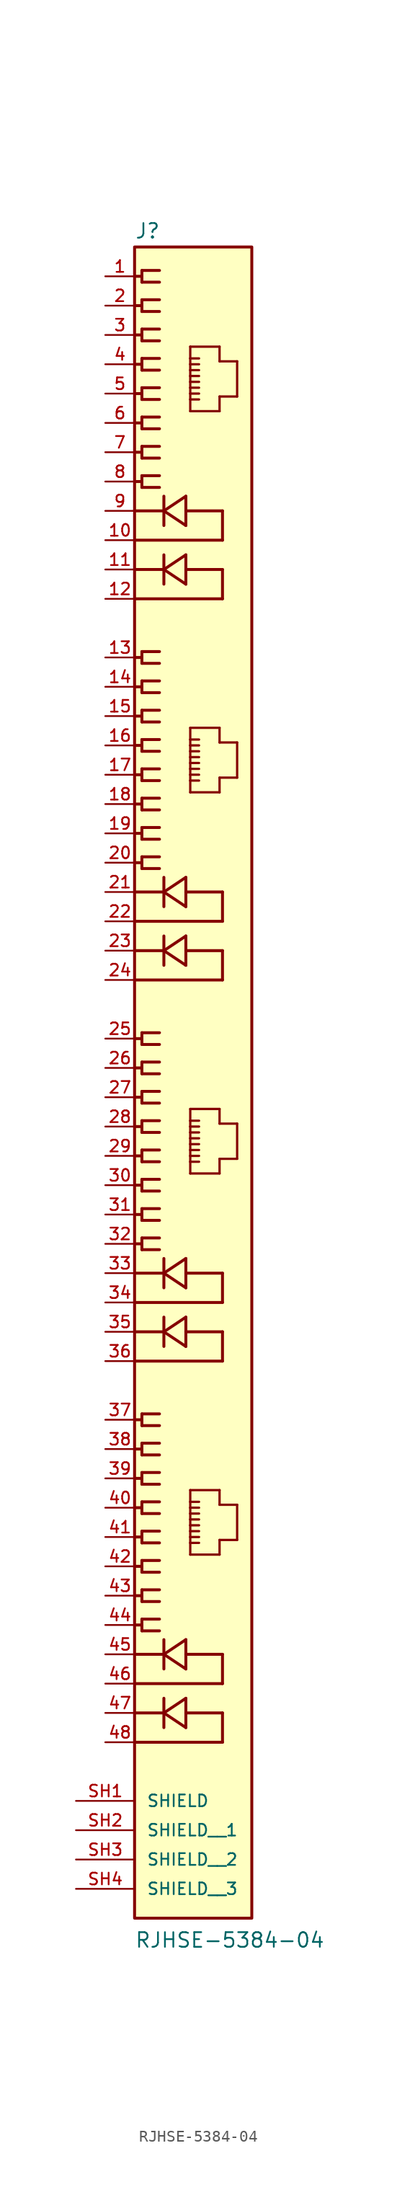
<source format=kicad_sym>
(kicad_symbol_lib
  (version 20241209)
  (generator "kicad_symbol_editor")
  (generator_version "9.0")
  (symbol "RJHSE-5384-04"
    (pin_names
      (offset 1.016))
    (property "Reference" "J"
      (at -5.08 69.222 0)
      (effects (font (size 1.27 1.27)) (justify left bottom)))
    (property "Value" "RJHSE-5384-04"
      (at -5.088 -78.846 0)
      (effects (font (size 1.27 1.27)) (justify left bottom)))
    (symbol "RJHSE-5384-04_0_0"
      (polyline (pts (xy -5.08 66.04) (xy -4.445 66.04)) (stroke (width 0.254) (type default)) (fill (type none)))
      (polyline (pts (xy -5.08 63.5) (xy -4.445 63.5)) (stroke (width 0.254) (type default)) (fill (type none)))
      (polyline (pts (xy -5.08 60.96) (xy -4.445 60.96)) (stroke (width 0.254) (type default)) (fill (type none)))
      (polyline (pts (xy -5.08 58.42) (xy -4.445 58.42)) (stroke (width 0.254) (type default)) (fill (type none)))
      (polyline (pts (xy -5.08 55.88) (xy -4.445 55.88)) (stroke (width 0.254) (type default)) (fill (type none)))
      (polyline (pts (xy -5.08 53.34) (xy -4.445 53.34)) (stroke (width 0.254) (type default)) (fill (type none)))
      (polyline (pts (xy -5.08 50.8) (xy -4.445 50.8)) (stroke (width 0.254) (type default)) (fill (type none)))
      (polyline (pts (xy -5.08 48.26) (xy -4.445 48.26)) (stroke (width 0.254) (type default)) (fill (type none)))
      (polyline (pts (xy -5.08 45.72) (xy -2.54 45.72)) (stroke (width 0.254) (type default)) (fill (type none)))
      (polyline (pts (xy -5.08 40.64) (xy -2.54 40.64)) (stroke (width 0.254) (type default)) (fill (type none)))
      (polyline (pts (xy -5.08 33.02) (xy -4.445 33.02)) (stroke (width 0.254) (type default)) (fill (type none)))
      (polyline (pts (xy -5.08 30.48) (xy -4.445 30.48)) (stroke (width 0.254) (type default)) (fill (type none)))
      (polyline (pts (xy -5.08 27.94) (xy -4.445 27.94)) (stroke (width 0.254) (type default)) (fill (type none)))
      (polyline (pts (xy -5.08 25.4) (xy -4.445 25.4)) (stroke (width 0.254) (type default)) (fill (type none)))
      (polyline (pts (xy -5.08 22.86) (xy -4.445 22.86)) (stroke (width 0.254) (type default)) (fill (type none)))
      (polyline (pts (xy -5.08 20.32) (xy -4.445 20.32)) (stroke (width 0.254) (type default)) (fill (type none)))
      (polyline (pts (xy -5.08 17.78) (xy -4.445 17.78)) (stroke (width 0.254) (type default)) (fill (type none)))
      (polyline (pts (xy -5.08 15.24) (xy -4.445 15.24)) (stroke (width 0.254) (type default)) (fill (type none)))
      (polyline (pts (xy -5.08 12.7) (xy -2.54 12.7)) (stroke (width 0.254) (type default)) (fill (type none)))
      (polyline (pts (xy -5.08 7.62) (xy -2.54 7.62)) (stroke (width 0.254) (type default)) (fill (type none)))
      (polyline (pts (xy -5.08 0) (xy -4.445 0)) (stroke (width 0.254) (type default)) (fill (type none)))
      (polyline (pts (xy -5.08 -2.54) (xy -4.445 -2.54)) (stroke (width 0.254) (type default)) (fill (type none)))
      (polyline (pts (xy -5.08 -5.08) (xy -4.445 -5.08)) (stroke (width 0.254) (type default)) (fill (type none)))
      (polyline (pts (xy -5.08 -7.62) (xy -4.445 -7.62)) (stroke (width 0.254) (type default)) (fill (type none)))
      (polyline (pts (xy -5.08 -10.16) (xy -4.445 -10.16)) (stroke (width 0.254) (type default)) (fill (type none)))
      (polyline (pts (xy -5.08 -12.7) (xy -4.445 -12.7)) (stroke (width 0.254) (type default)) (fill (type none)))
      (polyline (pts (xy -5.08 -15.24) (xy -4.445 -15.24)) (stroke (width 0.254) (type default)) (fill (type none)))
      (polyline (pts (xy -5.08 -17.78) (xy -4.445 -17.78)) (stroke (width 0.254) (type default)) (fill (type none)))
      (polyline (pts (xy -5.08 -20.32) (xy -2.54 -20.32)) (stroke (width 0.254) (type default)) (fill (type none)))
      (polyline (pts (xy -5.08 -25.4) (xy -2.54 -25.4)) (stroke (width 0.254) (type default)) (fill (type none)))
      (polyline (pts (xy -5.08 -33.02) (xy -4.445 -33.02)) (stroke (width 0.254) (type default)) (fill (type none)))
      (polyline (pts (xy -5.08 -35.56) (xy -4.445 -35.56)) (stroke (width 0.254) (type default)) (fill (type none)))
      (polyline (pts (xy -5.08 -38.1) (xy -4.445 -38.1)) (stroke (width 0.254) (type default)) (fill (type none)))
      (polyline (pts (xy -5.08 -40.64) (xy -4.445 -40.64)) (stroke (width 0.254) (type default)) (fill (type none)))
      (polyline (pts (xy -5.08 -43.18) (xy -4.445 -43.18)) (stroke (width 0.254) (type default)) (fill (type none)))
      (polyline (pts (xy -5.08 -45.72) (xy -4.445 -45.72)) (stroke (width 0.254) (type default)) (fill (type none)))
      (polyline (pts (xy -5.08 -48.26) (xy -4.445 -48.26)) (stroke (width 0.254) (type default)) (fill (type none)))
      (polyline (pts (xy -5.08 -50.8) (xy -4.445 -50.8)) (stroke (width 0.254) (type default)) (fill (type none)))
      (polyline (pts (xy -5.08 -53.34) (xy -2.54 -53.34)) (stroke (width 0.254) (type default)) (fill (type none)))
      (polyline (pts (xy -5.08 -58.42) (xy -2.54 -58.42)) (stroke (width 0.254) (type default)) (fill (type none)))
      (rectangle (start -5.08 -76.2) (end 5.08 68.58) (stroke (width 0.254) (type default)) (fill (type background)))
      (polyline (pts (xy -4.445 66.548) (xy -4.445 66.04)) (stroke (width 0.254) (type default)) (fill (type none)))
      (polyline (pts (xy -4.445 66.04) (xy -4.445 65.532)) (stroke (width 0.254) (type default)) (fill (type none)))
      (polyline (pts (xy -4.445 65.532) (xy -2.921 65.532)) (stroke (width 0.254) (type default)) (fill (type none)))
      (polyline (pts (xy -4.445 64.008) (xy -4.445 63.5)) (stroke (width 0.254) (type default)) (fill (type none)))
      (polyline (pts (xy -4.445 63.5) (xy -4.445 62.992)) (stroke (width 0.254) (type default)) (fill (type none)))
      (polyline (pts (xy -4.445 62.992) (xy -2.921 62.992)) (stroke (width 0.254) (type default)) (fill (type none)))
      (polyline (pts (xy -4.445 61.468) (xy -4.445 60.96)) (stroke (width 0.254) (type default)) (fill (type none)))
      (polyline (pts (xy -4.445 60.96) (xy -4.445 60.452)) (stroke (width 0.254) (type default)) (fill (type none)))
      (polyline (pts (xy -4.445 60.452) (xy -2.921 60.452)) (stroke (width 0.254) (type default)) (fill (type none)))
      (polyline (pts (xy -4.445 58.928) (xy -4.445 58.42)) (stroke (width 0.254) (type default)) (fill (type none)))
      (polyline (pts (xy -4.445 58.42) (xy -4.445 57.912)) (stroke (width 0.254) (type default)) (fill (type none)))
      (polyline (pts (xy -4.445 57.912) (xy -2.921 57.912)) (stroke (width 0.254) (type default)) (fill (type none)))
      (polyline (pts (xy -4.445 56.388) (xy -4.445 55.88)) (stroke (width 0.254) (type default)) (fill (type none)))
      (polyline (pts (xy -4.445 55.88) (xy -4.445 55.372)) (stroke (width 0.254) (type default)) (fill (type none)))
      (polyline (pts (xy -4.445 55.372) (xy -2.921 55.372)) (stroke (width 0.254) (type default)) (fill (type none)))
      (polyline (pts (xy -4.445 53.848) (xy -4.445 53.34)) (stroke (width 0.254) (type default)) (fill (type none)))
      (polyline (pts (xy -4.445 53.34) (xy -4.445 52.832)) (stroke (width 0.254) (type default)) (fill (type none)))
      (polyline (pts (xy -4.445 52.832) (xy -2.921 52.832)) (stroke (width 0.254) (type default)) (fill (type none)))
      (polyline (pts (xy -4.445 51.308) (xy -4.445 50.8)) (stroke (width 0.254) (type default)) (fill (type none)))
      (polyline (pts (xy -4.445 50.8) (xy -4.445 50.292)) (stroke (width 0.254) (type default)) (fill (type none)))
      (polyline (pts (xy -4.445 50.292) (xy -2.921 50.292)) (stroke (width 0.254) (type default)) (fill (type none)))
      (polyline (pts (xy -4.445 48.768) (xy -4.445 48.26)) (stroke (width 0.254) (type default)) (fill (type none)))
      (polyline (pts (xy -4.445 48.26) (xy -4.445 47.752)) (stroke (width 0.254) (type default)) (fill (type none)))
      (polyline (pts (xy -4.445 47.752) (xy -2.921 47.752)) (stroke (width 0.254) (type default)) (fill (type none)))
      (polyline (pts (xy -4.445 33.528) (xy -4.445 33.02)) (stroke (width 0.254) (type default)) (fill (type none)))
      (polyline (pts (xy -4.445 33.02) (xy -4.445 32.512)) (stroke (width 0.254) (type default)) (fill (type none)))
      (polyline (pts (xy -4.445 32.512) (xy -2.921 32.512)) (stroke (width 0.254) (type default)) (fill (type none)))
      (polyline (pts (xy -4.445 30.988) (xy -4.445 30.48)) (stroke (width 0.254) (type default)) (fill (type none)))
      (polyline (pts (xy -4.445 30.48) (xy -4.445 29.972)) (stroke (width 0.254) (type default)) (fill (type none)))
      (polyline (pts (xy -4.445 29.972) (xy -2.921 29.972)) (stroke (width 0.254) (type default)) (fill (type none)))
      (polyline (pts (xy -4.445 28.448) (xy -4.445 27.94)) (stroke (width 0.254) (type default)) (fill (type none)))
      (polyline (pts (xy -4.445 27.94) (xy -4.445 27.432)) (stroke (width 0.254) (type default)) (fill (type none)))
      (polyline (pts (xy -4.445 27.432) (xy -2.921 27.432)) (stroke (width 0.254) (type default)) (fill (type none)))
      (polyline (pts (xy -4.445 25.908) (xy -4.445 25.4)) (stroke (width 0.254) (type default)) (fill (type none)))
      (polyline (pts (xy -4.445 25.4) (xy -4.445 24.892)) (stroke (width 0.254) (type default)) (fill (type none)))
      (polyline (pts (xy -4.445 24.892) (xy -2.921 24.892)) (stroke (width 0.254) (type default)) (fill (type none)))
      (polyline (pts (xy -4.445 23.368) (xy -4.445 22.86)) (stroke (width 0.254) (type default)) (fill (type none)))
      (polyline (pts (xy -4.445 22.86) (xy -4.445 22.352)) (stroke (width 0.254) (type default)) (fill (type none)))
      (polyline (pts (xy -4.445 22.352) (xy -2.921 22.352)) (stroke (width 0.254) (type default)) (fill (type none)))
      (polyline (pts (xy -4.445 20.828) (xy -4.445 20.32)) (stroke (width 0.254) (type default)) (fill (type none)))
      (polyline (pts (xy -4.445 20.32) (xy -4.445 19.812)) (stroke (width 0.254) (type default)) (fill (type none)))
      (polyline (pts (xy -4.445 19.812) (xy -2.921 19.812)) (stroke (width 0.254) (type default)) (fill (type none)))
      (polyline (pts (xy -4.445 18.288) (xy -4.445 17.78)) (stroke (width 0.254) (type default)) (fill (type none)))
      (polyline (pts (xy -4.445 17.78) (xy -4.445 17.272)) (stroke (width 0.254) (type default)) (fill (type none)))
      (polyline (pts (xy -4.445 17.272) (xy -2.921 17.272)) (stroke (width 0.254) (type default)) (fill (type none)))
      (polyline (pts (xy -4.445 15.748) (xy -4.445 15.24)) (stroke (width 0.254) (type default)) (fill (type none)))
      (polyline (pts (xy -4.445 15.24) (xy -4.445 14.732)) (stroke (width 0.254) (type default)) (fill (type none)))
      (polyline (pts (xy -4.445 14.732) (xy -2.921 14.732)) (stroke (width 0.254) (type default)) (fill (type none)))
      (polyline (pts (xy -4.445 0.508) (xy -4.445 0)) (stroke (width 0.254) (type default)) (fill (type none)))
      (polyline (pts (xy -4.445 0) (xy -4.445 -0.508)) (stroke (width 0.254) (type default)) (fill (type none)))
      (polyline (pts (xy -4.445 -0.508) (xy -2.921 -0.508)) (stroke (width 0.254) (type default)) (fill (type none)))
      (polyline (pts (xy -4.445 -2.032) (xy -4.445 -2.54)) (stroke (width 0.254) (type default)) (fill (type none)))
      (polyline (pts (xy -4.445 -2.54) (xy -4.445 -3.048)) (stroke (width 0.254) (type default)) (fill (type none)))
      (polyline (pts (xy -4.445 -3.048) (xy -2.921 -3.048)) (stroke (width 0.254) (type default)) (fill (type none)))
      (polyline (pts (xy -4.445 -4.572) (xy -4.445 -5.08)) (stroke (width 0.254) (type default)) (fill (type none)))
      (polyline (pts (xy -4.445 -5.08) (xy -4.445 -5.588)) (stroke (width 0.254) (type default)) (fill (type none)))
      (polyline (pts (xy -4.445 -5.588) (xy -2.921 -5.588)) (stroke (width 0.254) (type default)) (fill (type none)))
      (polyline (pts (xy -4.445 -7.112) (xy -4.445 -7.62)) (stroke (width 0.254) (type default)) (fill (type none)))
      (polyline (pts (xy -4.445 -7.62) (xy -4.445 -8.128)) (stroke (width 0.254) (type default)) (fill (type none)))
      (polyline (pts (xy -4.445 -8.128) (xy -2.921 -8.128)) (stroke (width 0.254) (type default)) (fill (type none)))
      (polyline (pts (xy -4.445 -9.652) (xy -4.445 -10.16)) (stroke (width 0.254) (type default)) (fill (type none)))
      (polyline (pts (xy -4.445 -10.16) (xy -4.445 -10.668)) (stroke (width 0.254) (type default)) (fill (type none)))
      (polyline (pts (xy -4.445 -10.668) (xy -2.921 -10.668)) (stroke (width 0.254) (type default)) (fill (type none)))
      (polyline (pts (xy -4.445 -12.192) (xy -4.445 -12.7)) (stroke (width 0.254) (type default)) (fill (type none)))
      (polyline (pts (xy -4.445 -12.7) (xy -4.445 -13.208)) (stroke (width 0.254) (type default)) (fill (type none)))
      (polyline (pts (xy -4.445 -13.208) (xy -2.921 -13.208)) (stroke (width 0.254) (type default)) (fill (type none)))
      (polyline (pts (xy -4.445 -14.732) (xy -4.445 -15.24)) (stroke (width 0.254) (type default)) (fill (type none)))
      (polyline (pts (xy -4.445 -15.24) (xy -4.445 -15.748)) (stroke (width 0.254) (type default)) (fill (type none)))
      (polyline (pts (xy -4.445 -15.748) (xy -2.921 -15.748)) (stroke (width 0.254) (type default)) (fill (type none)))
      (polyline (pts (xy -4.445 -17.272) (xy -4.445 -17.78)) (stroke (width 0.254) (type default)) (fill (type none)))
      (polyline (pts (xy -4.445 -17.78) (xy -4.445 -18.288)) (stroke (width 0.254) (type default)) (fill (type none)))
      (polyline (pts (xy -4.445 -18.288) (xy -2.921 -18.288)) (stroke (width 0.254) (type default)) (fill (type none)))
      (polyline (pts (xy -4.445 -32.512) (xy -4.445 -33.02)) (stroke (width 0.254) (type default)) (fill (type none)))
      (polyline (pts (xy -4.445 -33.02) (xy -4.445 -33.528)) (stroke (width 0.254) (type default)) (fill (type none)))
      (polyline (pts (xy -4.445 -33.528) (xy -2.921 -33.528)) (stroke (width 0.254) (type default)) (fill (type none)))
      (polyline (pts (xy -4.445 -35.052) (xy -4.445 -35.56)) (stroke (width 0.254) (type default)) (fill (type none)))
      (polyline (pts (xy -4.445 -35.56) (xy -4.445 -36.068)) (stroke (width 0.254) (type default)) (fill (type none)))
      (polyline (pts (xy -4.445 -36.068) (xy -2.921 -36.068)) (stroke (width 0.254) (type default)) (fill (type none)))
      (polyline (pts (xy -4.445 -37.592) (xy -4.445 -38.1)) (stroke (width 0.254) (type default)) (fill (type none)))
      (polyline (pts (xy -4.445 -38.1) (xy -4.445 -38.608)) (stroke (width 0.254) (type default)) (fill (type none)))
      (polyline (pts (xy -4.445 -38.608) (xy -2.921 -38.608)) (stroke (width 0.254) (type default)) (fill (type none)))
      (polyline (pts (xy -4.445 -40.132) (xy -4.445 -40.64)) (stroke (width 0.254) (type default)) (fill (type none)))
      (polyline (pts (xy -4.445 -40.64) (xy -4.445 -41.148)) (stroke (width 0.254) (type default)) (fill (type none)))
      (polyline (pts (xy -4.445 -41.148) (xy -2.921 -41.148)) (stroke (width 0.254) (type default)) (fill (type none)))
      (polyline (pts (xy -4.445 -42.672) (xy -4.445 -43.18)) (stroke (width 0.254) (type default)) (fill (type none)))
      (polyline (pts (xy -4.445 -43.18) (xy -4.445 -43.688)) (stroke (width 0.254) (type default)) (fill (type none)))
      (polyline (pts (xy -4.445 -43.688) (xy -2.921 -43.688)) (stroke (width 0.254) (type default)) (fill (type none)))
      (polyline (pts (xy -4.445 -45.212) (xy -4.445 -45.72)) (stroke (width 0.254) (type default)) (fill (type none)))
      (polyline (pts (xy -4.445 -45.72) (xy -4.445 -46.228)) (stroke (width 0.254) (type default)) (fill (type none)))
      (polyline (pts (xy -4.445 -46.228) (xy -2.921 -46.228)) (stroke (width 0.254) (type default)) (fill (type none)))
      (polyline (pts (xy -4.445 -47.752) (xy -4.445 -48.26)) (stroke (width 0.254) (type default)) (fill (type none)))
      (polyline (pts (xy -4.445 -48.26) (xy -4.445 -48.768)) (stroke (width 0.254) (type default)) (fill (type none)))
      (polyline (pts (xy -4.445 -48.768) (xy -2.921 -48.768)) (stroke (width 0.254) (type default)) (fill (type none)))
      (polyline (pts (xy -4.445 -50.292) (xy -4.445 -50.8)) (stroke (width 0.254) (type default)) (fill (type none)))
      (polyline (pts (xy -4.445 -50.8) (xy -4.445 -51.308)) (stroke (width 0.254) (type default)) (fill (type none)))
      (polyline (pts (xy -4.445 -51.308) (xy -2.921 -51.308)) (stroke (width 0.254) (type default)) (fill (type none)))
      (polyline (pts (xy -2.921 66.548) (xy -4.445 66.548)) (stroke (width 0.254) (type default)) (fill (type none)))
      (polyline (pts (xy -2.921 64.008) (xy -4.445 64.008)) (stroke (width 0.254) (type default)) (fill (type none)))
      (polyline (pts (xy -2.921 61.468) (xy -4.445 61.468)) (stroke (width 0.254) (type default)) (fill (type none)))
      (polyline (pts (xy -2.921 58.928) (xy -4.445 58.928)) (stroke (width 0.254) (type default)) (fill (type none)))
      (polyline (pts (xy -2.921 56.388) (xy -4.445 56.388)) (stroke (width 0.254) (type default)) (fill (type none)))
      (polyline (pts (xy -2.921 53.848) (xy -4.445 53.848)) (stroke (width 0.254) (type default)) (fill (type none)))
      (polyline (pts (xy -2.921 51.308) (xy -4.445 51.308)) (stroke (width 0.254) (type default)) (fill (type none)))
      (polyline (pts (xy -2.921 48.768) (xy -4.445 48.768)) (stroke (width 0.254) (type default)) (fill (type none)))
      (polyline (pts (xy -2.921 33.528) (xy -4.445 33.528)) (stroke (width 0.254) (type default)) (fill (type none)))
      (polyline (pts (xy -2.921 30.988) (xy -4.445 30.988)) (stroke (width 0.254) (type default)) (fill (type none)))
      (polyline (pts (xy -2.921 28.448) (xy -4.445 28.448)) (stroke (width 0.254) (type default)) (fill (type none)))
      (polyline (pts (xy -2.921 25.908) (xy -4.445 25.908)) (stroke (width 0.254) (type default)) (fill (type none)))
      (polyline (pts (xy -2.921 23.368) (xy -4.445 23.368)) (stroke (width 0.254) (type default)) (fill (type none)))
      (polyline (pts (xy -2.921 20.828) (xy -4.445 20.828)) (stroke (width 0.254) (type default)) (fill (type none)))
      (polyline (pts (xy -2.921 18.288) (xy -4.445 18.288)) (stroke (width 0.254) (type default)) (fill (type none)))
      (polyline (pts (xy -2.921 15.748) (xy -4.445 15.748)) (stroke (width 0.254) (type default)) (fill (type none)))
      (polyline (pts (xy -2.921 0.508) (xy -4.445 0.508)) (stroke (width 0.254) (type default)) (fill (type none)))
      (polyline (pts (xy -2.921 -2.032) (xy -4.445 -2.032)) (stroke (width 0.254) (type default)) (fill (type none)))
      (polyline (pts (xy -2.921 -4.572) (xy -4.445 -4.572)) (stroke (width 0.254) (type default)) (fill (type none)))
      (polyline (pts (xy -2.921 -7.112) (xy -4.445 -7.112)) (stroke (width 0.254) (type default)) (fill (type none)))
      (polyline (pts (xy -2.921 -9.652) (xy -4.445 -9.652)) (stroke (width 0.254) (type default)) (fill (type none)))
      (polyline (pts (xy -2.921 -12.192) (xy -4.445 -12.192)) (stroke (width 0.254) (type default)) (fill (type none)))
      (polyline (pts (xy -2.921 -14.732) (xy -4.445 -14.732)) (stroke (width 0.254) (type default)) (fill (type none)))
      (polyline (pts (xy -2.921 -17.272) (xy -4.445 -17.272)) (stroke (width 0.254) (type default)) (fill (type none)))
      (polyline (pts (xy -2.921 -32.512) (xy -4.445 -32.512)) (stroke (width 0.254) (type default)) (fill (type none)))
      (polyline (pts (xy -2.921 -35.052) (xy -4.445 -35.052)) (stroke (width 0.254) (type default)) (fill (type none)))
      (polyline (pts (xy -2.921 -37.592) (xy -4.445 -37.592)) (stroke (width 0.254) (type default)) (fill (type none)))
      (polyline (pts (xy -2.921 -40.132) (xy -4.445 -40.132)) (stroke (width 0.254) (type default)) (fill (type none)))
      (polyline (pts (xy -2.921 -42.672) (xy -4.445 -42.672)) (stroke (width 0.254) (type default)) (fill (type none)))
      (polyline (pts (xy -2.921 -45.212) (xy -4.445 -45.212)) (stroke (width 0.254) (type default)) (fill (type none)))
      (polyline (pts (xy -2.921 -47.752) (xy -4.445 -47.752)) (stroke (width 0.254) (type default)) (fill (type none)))
      (polyline (pts (xy -2.921 -50.292) (xy -4.445 -50.292)) (stroke (width 0.254) (type default)) (fill (type none)))
      (polyline (pts (xy -2.54 46.99) (xy -2.54 45.72)) (stroke (width 0.254) (type default)) (fill (type none)))
      (polyline (pts (xy -2.54 45.72) (xy -2.54 44.45)) (stroke (width 0.254) (type default)) (fill (type none)))
      (polyline (pts (xy -2.54 45.72) (xy -0.635 46.99)) (stroke (width 0.254) (type default)) (fill (type none)))
      (polyline (pts (xy -2.54 41.91) (xy -2.54 40.64)) (stroke (width 0.254) (type default)) (fill (type none)))
      (polyline (pts (xy -2.54 40.64) (xy -2.54 39.37)) (stroke (width 0.254) (type default)) (fill (type none)))
      (polyline (pts (xy -2.54 40.64) (xy -0.635 41.91)) (stroke (width 0.254) (type default)) (fill (type none)))
      (polyline (pts (xy -2.54 13.97) (xy -2.54 12.7)) (stroke (width 0.254) (type default)) (fill (type none)))
      (polyline (pts (xy -2.54 12.7) (xy -2.54 11.43)) (stroke (width 0.254) (type default)) (fill (type none)))
      (polyline (pts (xy -2.54 12.7) (xy -0.635 13.97)) (stroke (width 0.254) (type default)) (fill (type none)))
      (polyline (pts (xy -2.54 8.89) (xy -2.54 7.62)) (stroke (width 0.254) (type default)) (fill (type none)))
      (polyline (pts (xy -2.54 7.62) (xy -2.54 6.35)) (stroke (width 0.254) (type default)) (fill (type none)))
      (polyline (pts (xy -2.54 7.62) (xy -0.635 8.89)) (stroke (width 0.254) (type default)) (fill (type none)))
      (polyline (pts (xy -2.54 -19.05) (xy -2.54 -20.32)) (stroke (width 0.254) (type default)) (fill (type none)))
      (polyline (pts (xy -2.54 -20.32) (xy -2.54 -21.59)) (stroke (width 0.254) (type default)) (fill (type none)))
      (polyline (pts (xy -2.54 -20.32) (xy -0.635 -19.05)) (stroke (width 0.254) (type default)) (fill (type none)))
      (polyline (pts (xy -2.54 -24.13) (xy -2.54 -25.4)) (stroke (width 0.254) (type default)) (fill (type none)))
      (polyline (pts (xy -2.54 -25.4) (xy -2.54 -26.67)) (stroke (width 0.254) (type default)) (fill (type none)))
      (polyline (pts (xy -2.54 -25.4) (xy -0.635 -24.13)) (stroke (width 0.254) (type default)) (fill (type none)))
      (polyline (pts (xy -2.54 -52.07) (xy -2.54 -53.34)) (stroke (width 0.254) (type default)) (fill (type none)))
      (polyline (pts (xy -2.54 -53.34) (xy -2.54 -54.61)) (stroke (width 0.254) (type default)) (fill (type none)))
      (polyline (pts (xy -2.54 -53.34) (xy -0.635 -52.07)) (stroke (width 0.254) (type default)) (fill (type none)))
      (polyline (pts (xy -2.54 -57.15) (xy -2.54 -58.42)) (stroke (width 0.254) (type default)) (fill (type none)))
      (polyline (pts (xy -2.54 -58.42) (xy -2.54 -59.69)) (stroke (width 0.254) (type default)) (fill (type none)))
      (polyline (pts (xy -2.54 -58.42) (xy -0.635 -57.15)) (stroke (width 0.254) (type default)) (fill (type none)))
      (polyline (pts (xy -0.635 46.99) (xy -0.635 45.72)) (stroke (width 0.254) (type default)) (fill (type none)))
      (polyline (pts (xy -0.635 45.72) (xy -0.635 44.45)) (stroke (width 0.254) (type default)) (fill (type none)))
      (polyline (pts (xy -0.635 45.72) (xy 2.54 45.72)) (stroke (width 0.254) (type default)) (fill (type none)))
      (polyline (pts (xy -0.635 44.45) (xy -2.54 45.72)) (stroke (width 0.254) (type default)) (fill (type none)))
      (polyline (pts (xy -0.635 41.91) (xy -0.635 40.64)) (stroke (width 0.254) (type default)) (fill (type none)))
      (polyline (pts (xy -0.635 40.64) (xy -0.635 39.37)) (stroke (width 0.254) (type default)) (fill (type none)))
      (polyline (pts (xy -0.635 40.64) (xy 2.54 40.64)) (stroke (width 0.254) (type default)) (fill (type none)))
      (polyline (pts (xy -0.635 39.37) (xy -2.54 40.64)) (stroke (width 0.254) (type default)) (fill (type none)))
      (polyline (pts (xy -0.635 13.97) (xy -0.635 12.7)) (stroke (width 0.254) (type default)) (fill (type none)))
      (polyline (pts (xy -0.635 12.7) (xy -0.635 11.43)) (stroke (width 0.254) (type default)) (fill (type none)))
      (polyline (pts (xy -0.635 12.7) (xy 2.54 12.7)) (stroke (width 0.254) (type default)) (fill (type none)))
      (polyline (pts (xy -0.635 11.43) (xy -2.54 12.7)) (stroke (width 0.254) (type default)) (fill (type none)))
      (polyline (pts (xy -0.635 8.89) (xy -0.635 7.62)) (stroke (width 0.254) (type default)) (fill (type none)))
      (polyline (pts (xy -0.635 7.62) (xy -0.635 6.35)) (stroke (width 0.254) (type default)) (fill (type none)))
      (polyline (pts (xy -0.635 7.62) (xy 2.54 7.62)) (stroke (width 0.254) (type default)) (fill (type none)))
      (polyline (pts (xy -0.635 6.35) (xy -2.54 7.62)) (stroke (width 0.254) (type default)) (fill (type none)))
      (polyline (pts (xy -0.635 -19.05) (xy -0.635 -20.32)) (stroke (width 0.254) (type default)) (fill (type none)))
      (polyline (pts (xy -0.635 -20.32) (xy -0.635 -21.59)) (stroke (width 0.254) (type default)) (fill (type none)))
      (polyline (pts (xy -0.635 -20.32) (xy 2.54 -20.32)) (stroke (width 0.254) (type default)) (fill (type none)))
      (polyline (pts (xy -0.635 -21.59) (xy -2.54 -20.32)) (stroke (width 0.254) (type default)) (fill (type none)))
      (polyline (pts (xy -0.635 -24.13) (xy -0.635 -25.4)) (stroke (width 0.254) (type default)) (fill (type none)))
      (polyline (pts (xy -0.635 -25.4) (xy -0.635 -26.67)) (stroke (width 0.254) (type default)) (fill (type none)))
      (polyline (pts (xy -0.635 -25.4) (xy 2.54 -25.4)) (stroke (width 0.254) (type default)) (fill (type none)))
      (polyline (pts (xy -0.635 -26.67) (xy -2.54 -25.4)) (stroke (width 0.254) (type default)) (fill (type none)))
      (polyline (pts (xy -0.635 -52.07) (xy -0.635 -53.34)) (stroke (width 0.254) (type default)) (fill (type none)))
      (polyline (pts (xy -0.635 -53.34) (xy -0.635 -54.61)) (stroke (width 0.254) (type default)) (fill (type none)))
      (polyline (pts (xy -0.635 -53.34) (xy 2.54 -53.34)) (stroke (width 0.254) (type default)) (fill (type none)))
      (polyline (pts (xy -0.635 -54.61) (xy -2.54 -53.34)) (stroke (width 0.254) (type default)) (fill (type none)))
      (polyline (pts (xy -0.635 -57.15) (xy -0.635 -58.42)) (stroke (width 0.254) (type default)) (fill (type none)))
      (polyline (pts (xy -0.635 -58.42) (xy -0.635 -59.69)) (stroke (width 0.254) (type default)) (fill (type none)))
      (polyline (pts (xy -0.635 -58.42) (xy 2.54 -58.42)) (stroke (width 0.254) (type default)) (fill (type none)))
      (polyline (pts (xy -0.635 -59.69) (xy -2.54 -58.42)) (stroke (width 0.254) (type default)) (fill (type none)))
      (polyline (pts (xy -0.254 59.944) (xy -0.254 58.928)) (stroke (width 0.2) (type default)) (fill (type none)))
      (polyline (pts (xy -0.254 58.928) (xy -0.254 58.42)) (stroke (width 0.2) (type default)) (fill (type none)))
      (polyline (pts (xy -0.254 58.928) (xy 0.508 58.928)) (stroke (width 0.2) (type default)) (fill (type none)))
      (polyline (pts (xy -0.254 58.42) (xy -0.254 57.912)) (stroke (width 0.2) (type default)) (fill (type none)))
      (polyline (pts (xy -0.254 58.42) (xy 0.508 58.42)) (stroke (width 0.2) (type default)) (fill (type none)))
      (polyline (pts (xy -0.254 57.912) (xy -0.254 57.404)) (stroke (width 0.2) (type default)) (fill (type none)))
      (polyline (pts (xy -0.254 57.912) (xy 0.508 57.912)) (stroke (width 0.2) (type default)) (fill (type none)))
      (polyline (pts (xy -0.254 57.404) (xy -0.254 56.896)) (stroke (width 0.2) (type default)) (fill (type none)))
      (polyline (pts (xy -0.254 57.404) (xy 0.508 57.404)) (stroke (width 0.2) (type default)) (fill (type none)))
      (polyline (pts (xy -0.254 56.896) (xy -0.254 56.388)) (stroke (width 0.2) (type default)) (fill (type none)))
      (polyline (pts (xy -0.254 56.896) (xy 0.508 56.896)) (stroke (width 0.2) (type default)) (fill (type none)))
      (polyline (pts (xy -0.254 56.388) (xy -0.254 55.88)) (stroke (width 0.2) (type default)) (fill (type none)))
      (polyline (pts (xy -0.254 56.388) (xy 0.508 56.388)) (stroke (width 0.2) (type default)) (fill (type none)))
      (polyline (pts (xy -0.254 55.88) (xy -0.254 55.372)) (stroke (width 0.2) (type default)) (fill (type none)))
      (polyline (pts (xy -0.254 55.88) (xy 0.508 55.88)) (stroke (width 0.2) (type default)) (fill (type none)))
      (polyline (pts (xy -0.254 55.372) (xy -0.254 54.356)) (stroke (width 0.2) (type default)) (fill (type none)))
      (polyline (pts (xy -0.254 55.372) (xy 0.508 55.372)) (stroke (width 0.2) (type default)) (fill (type none)))
      (polyline (pts (xy -0.254 54.356) (xy 2.286 54.356)) (stroke (width 0.2) (type default)) (fill (type none)))
      (polyline (pts (xy -0.254 26.924) (xy -0.254 25.908)) (stroke (width 0.2) (type default)) (fill (type none)))
      (polyline (pts (xy -0.254 25.908) (xy -0.254 25.4)) (stroke (width 0.2) (type default)) (fill (type none)))
      (polyline (pts (xy -0.254 25.908) (xy 0.508 25.908)) (stroke (width 0.2) (type default)) (fill (type none)))
      (polyline (pts (xy -0.254 25.4) (xy -0.254 24.892)) (stroke (width 0.2) (type default)) (fill (type none)))
      (polyline (pts (xy -0.254 25.4) (xy 0.508 25.4)) (stroke (width 0.2) (type default)) (fill (type none)))
      (polyline (pts (xy -0.254 24.892) (xy -0.254 24.384)) (stroke (width 0.2) (type default)) (fill (type none)))
      (polyline (pts (xy -0.254 24.892) (xy 0.508 24.892)) (stroke (width 0.2) (type default)) (fill (type none)))
      (polyline (pts (xy -0.254 24.384) (xy -0.254 23.876)) (stroke (width 0.2) (type default)) (fill (type none)))
      (polyline (pts (xy -0.254 24.384) (xy 0.508 24.384)) (stroke (width 0.2) (type default)) (fill (type none)))
      (polyline (pts (xy -0.254 23.876) (xy -0.254 23.368)) (stroke (width 0.2) (type default)) (fill (type none)))
      (polyline (pts (xy -0.254 23.876) (xy 0.508 23.876)) (stroke (width 0.2) (type default)) (fill (type none)))
      (polyline (pts (xy -0.254 23.368) (xy -0.254 22.86)) (stroke (width 0.2) (type default)) (fill (type none)))
      (polyline (pts (xy -0.254 23.368) (xy 0.508 23.368)) (stroke (width 0.2) (type default)) (fill (type none)))
      (polyline (pts (xy -0.254 22.86) (xy -0.254 22.352)) (stroke (width 0.2) (type default)) (fill (type none)))
      (polyline (pts (xy -0.254 22.86) (xy 0.508 22.86)) (stroke (width 0.2) (type default)) (fill (type none)))
      (polyline (pts (xy -0.254 22.352) (xy -0.254 21.336)) (stroke (width 0.2) (type default)) (fill (type none)))
      (polyline (pts (xy -0.254 22.352) (xy 0.508 22.352)) (stroke (width 0.2) (type default)) (fill (type none)))
      (polyline (pts (xy -0.254 21.336) (xy 2.286 21.336)) (stroke (width 0.2) (type default)) (fill (type none)))
      (polyline (pts (xy -0.254 -6.096) (xy -0.254 -7.112)) (stroke (width 0.2) (type default)) (fill (type none)))
      (polyline (pts (xy -0.254 -7.112) (xy -0.254 -7.62)) (stroke (width 0.2) (type default)) (fill (type none)))
      (polyline (pts (xy -0.254 -7.112) (xy 0.508 -7.112)) (stroke (width 0.2) (type default)) (fill (type none)))
      (polyline (pts (xy -0.254 -7.62) (xy -0.254 -8.128)) (stroke (width 0.2) (type default)) (fill (type none)))
      (polyline (pts (xy -0.254 -7.62) (xy 0.508 -7.62)) (stroke (width 0.2) (type default)) (fill (type none)))
      (polyline (pts (xy -0.254 -8.128) (xy -0.254 -8.636)) (stroke (width 0.2) (type default)) (fill (type none)))
      (polyline (pts (xy -0.254 -8.128) (xy 0.508 -8.128)) (stroke (width 0.2) (type default)) (fill (type none)))
      (polyline (pts (xy -0.254 -8.636) (xy -0.254 -9.144)) (stroke (width 0.2) (type default)) (fill (type none)))
      (polyline (pts (xy -0.254 -8.636) (xy 0.508 -8.636)) (stroke (width 0.2) (type default)) (fill (type none)))
      (polyline (pts (xy -0.254 -9.144) (xy -0.254 -9.652)) (stroke (width 0.2) (type default)) (fill (type none)))
      (polyline (pts (xy -0.254 -9.144) (xy 0.508 -9.144)) (stroke (width 0.2) (type default)) (fill (type none)))
      (polyline (pts (xy -0.254 -9.652) (xy -0.254 -10.16)) (stroke (width 0.2) (type default)) (fill (type none)))
      (polyline (pts (xy -0.254 -9.652) (xy 0.508 -9.652)) (stroke (width 0.2) (type default)) (fill (type none)))
      (polyline (pts (xy -0.254 -10.16) (xy -0.254 -10.668)) (stroke (width 0.2) (type default)) (fill (type none)))
      (polyline (pts (xy -0.254 -10.16) (xy 0.508 -10.16)) (stroke (width 0.2) (type default)) (fill (type none)))
      (polyline (pts (xy -0.254 -10.668) (xy -0.254 -11.684)) (stroke (width 0.2) (type default)) (fill (type none)))
      (polyline (pts (xy -0.254 -10.668) (xy 0.508 -10.668)) (stroke (width 0.2) (type default)) (fill (type none)))
      (polyline (pts (xy -0.254 -11.684) (xy 2.286 -11.684)) (stroke (width 0.2) (type default)) (fill (type none)))
      (polyline (pts (xy -0.254 -39.116) (xy -0.254 -40.132)) (stroke (width 0.2) (type default)) (fill (type none)))
      (polyline (pts (xy -0.254 -40.132) (xy -0.254 -40.64)) (stroke (width 0.2) (type default)) (fill (type none)))
      (polyline (pts (xy -0.254 -40.132) (xy 0.508 -40.132)) (stroke (width 0.2) (type default)) (fill (type none)))
      (polyline (pts (xy -0.254 -40.64) (xy -0.254 -41.148)) (stroke (width 0.2) (type default)) (fill (type none)))
      (polyline (pts (xy -0.254 -40.64) (xy 0.508 -40.64)) (stroke (width 0.2) (type default)) (fill (type none)))
      (polyline (pts (xy -0.254 -41.148) (xy -0.254 -41.656)) (stroke (width 0.2) (type default)) (fill (type none)))
      (polyline (pts (xy -0.254 -41.148) (xy 0.508 -41.148)) (stroke (width 0.2) (type default)) (fill (type none)))
      (polyline (pts (xy -0.254 -41.656) (xy -0.254 -42.164)) (stroke (width 0.2) (type default)) (fill (type none)))
      (polyline (pts (xy -0.254 -41.656) (xy 0.508 -41.656)) (stroke (width 0.2) (type default)) (fill (type none)))
      (polyline (pts (xy -0.254 -42.164) (xy -0.254 -42.672)) (stroke (width 0.2) (type default)) (fill (type none)))
      (polyline (pts (xy -0.254 -42.164) (xy 0.508 -42.164)) (stroke (width 0.2) (type default)) (fill (type none)))
      (polyline (pts (xy -0.254 -42.672) (xy -0.254 -43.18)) (stroke (width 0.2) (type default)) (fill (type none)))
      (polyline (pts (xy -0.254 -42.672) (xy 0.508 -42.672)) (stroke (width 0.2) (type default)) (fill (type none)))
      (polyline (pts (xy -0.254 -43.18) (xy -0.254 -43.688)) (stroke (width 0.2) (type default)) (fill (type none)))
      (polyline (pts (xy -0.254 -43.18) (xy 0.508 -43.18)) (stroke (width 0.2) (type default)) (fill (type none)))
      (polyline (pts (xy -0.254 -43.688) (xy -0.254 -44.704)) (stroke (width 0.2) (type default)) (fill (type none)))
      (polyline (pts (xy -0.254 -43.688) (xy 0.508 -43.688)) (stroke (width 0.2) (type default)) (fill (type none)))
      (polyline (pts (xy -0.254 -44.704) (xy 2.286 -44.704)) (stroke (width 0.2) (type default)) (fill (type none)))
      (polyline (pts (xy 2.286 59.944) (xy -0.254 59.944)) (stroke (width 0.2) (type default)) (fill (type none)))
      (polyline (pts (xy 2.286 58.674) (xy 2.286 59.944)) (stroke (width 0.2) (type default)) (fill (type none)))
      (polyline (pts (xy 2.286 55.626) (xy 3.81 55.626)) (stroke (width 0.2) (type default)) (fill (type none)))
      (polyline (pts (xy 2.286 54.356) (xy 2.286 55.626)) (stroke (width 0.2) (type default)) (fill (type none)))
      (polyline (pts (xy 2.286 26.924) (xy -0.254 26.924)) (stroke (width 0.2) (type default)) (fill (type none)))
      (polyline (pts (xy 2.286 25.654) (xy 2.286 26.924)) (stroke (width 0.2) (type default)) (fill (type none)))
      (polyline (pts (xy 2.286 22.606) (xy 3.81 22.606)) (stroke (width 0.2) (type default)) (fill (type none)))
      (polyline (pts (xy 2.286 21.336) (xy 2.286 22.606)) (stroke (width 0.2) (type default)) (fill (type none)))
      (polyline (pts (xy 2.286 -6.096) (xy -0.254 -6.096)) (stroke (width 0.2) (type default)) (fill (type none)))
      (polyline (pts (xy 2.286 -7.366) (xy 2.286 -6.096)) (stroke (width 0.2) (type default)) (fill (type none)))
      (polyline (pts (xy 2.286 -10.414) (xy 3.81 -10.414)) (stroke (width 0.2) (type default)) (fill (type none)))
      (polyline (pts (xy 2.286 -11.684) (xy 2.286 -10.414)) (stroke (width 0.2) (type default)) (fill (type none)))
      (polyline (pts (xy 2.286 -39.116) (xy -0.254 -39.116)) (stroke (width 0.2) (type default)) (fill (type none)))
      (polyline (pts (xy 2.286 -40.386) (xy 2.286 -39.116)) (stroke (width 0.2) (type default)) (fill (type none)))
      (polyline (pts (xy 2.286 -43.434) (xy 3.81 -43.434)) (stroke (width 0.2) (type default)) (fill (type none)))
      (polyline (pts (xy 2.286 -44.704) (xy 2.286 -43.434)) (stroke (width 0.2) (type default)) (fill (type none)))
      (polyline (pts (xy 2.54 45.72) (xy 2.54 43.18)) (stroke (width 0.254) (type default)) (fill (type none)))
      (polyline (pts (xy 2.54 43.18) (xy -5.08 43.18)) (stroke (width 0.254) (type default)) (fill (type none)))
      (polyline (pts (xy 2.54 40.64) (xy 2.54 38.1)) (stroke (width 0.254) (type default)) (fill (type none)))
      (polyline (pts (xy 2.54 38.1) (xy -5.08 38.1)) (stroke (width 0.254) (type default)) (fill (type none)))
      (polyline (pts (xy 2.54 12.7) (xy 2.54 10.16)) (stroke (width 0.254) (type default)) (fill (type none)))
      (polyline (pts (xy 2.54 10.16) (xy -5.08 10.16)) (stroke (width 0.254) (type default)) (fill (type none)))
      (polyline (pts (xy 2.54 7.62) (xy 2.54 5.08)) (stroke (width 0.254) (type default)) (fill (type none)))
      (polyline (pts (xy 2.54 5.08) (xy -5.08 5.08)) (stroke (width 0.254) (type default)) (fill (type none)))
      (polyline (pts (xy 2.54 -20.32) (xy 2.54 -22.86)) (stroke (width 0.254) (type default)) (fill (type none)))
      (polyline (pts (xy 2.54 -22.86) (xy -5.08 -22.86)) (stroke (width 0.254) (type default)) (fill (type none)))
      (polyline (pts (xy 2.54 -25.4) (xy 2.54 -27.94)) (stroke (width 0.254) (type default)) (fill (type none)))
      (polyline (pts (xy 2.54 -27.94) (xy -5.08 -27.94)) (stroke (width 0.254) (type default)) (fill (type none)))
      (polyline (pts (xy 2.54 -53.34) (xy 2.54 -55.88)) (stroke (width 0.254) (type default)) (fill (type none)))
      (polyline (pts (xy 2.54 -55.88) (xy -5.08 -55.88)) (stroke (width 0.254) (type default)) (fill (type none)))
      (polyline (pts (xy 2.54 -58.42) (xy 2.54 -60.96)) (stroke (width 0.254) (type default)) (fill (type none)))
      (polyline (pts (xy 2.54 -60.96) (xy -5.08 -60.96)) (stroke (width 0.254) (type default)) (fill (type none)))
      (polyline (pts (xy 3.81 58.674) (xy 2.286 58.674)) (stroke (width 0.2) (type default)) (fill (type none)))
      (polyline (pts (xy 3.81 55.626) (xy 3.81 58.674)) (stroke (width 0.2) (type default)) (fill (type none)))
      (polyline (pts (xy 3.81 25.654) (xy 2.286 25.654)) (stroke (width 0.2) (type default)) (fill (type none)))
      (polyline (pts (xy 3.81 22.606) (xy 3.81 25.654)) (stroke (width 0.2) (type default)) (fill (type none)))
      (polyline (pts (xy 3.81 -7.366) (xy 2.286 -7.366)) (stroke (width 0.2) (type default)) (fill (type none)))
      (polyline (pts (xy 3.81 -10.414) (xy 3.81 -7.366)) (stroke (width 0.2) (type default)) (fill (type none)))
      (polyline (pts (xy 3.81 -40.386) (xy 2.286 -40.386)) (stroke (width 0.2) (type default)) (fill (type none)))
      (polyline (pts (xy 3.81 -43.434) (xy 3.81 -40.386)) (stroke (width 0.2) (type default)) (fill (type none)))
      (pin bidirectional line (at -10.16 -66.04 0) (length 5.08) (name "SHIELD" (effects (font (size 1.016 1.016)))) (number "SH1" (effects (font (size 1.016 1.016)))))
      (pin bidirectional line (at -10.16 -68.58 0) (length 5.08) (name "SHIELD__1" (effects (font (size 1.016 1.016)))) (number "SH2" (effects (font (size 1.016 1.016)))))
      (pin bidirectional line (at -10.16 -71.12 0) (length 5.08) (name "SHIELD__2" (effects (font (size 1.016 1.016)))) (number "SH3" (effects (font (size 1.016 1.016)))))
      (pin bidirectional line (at -10.16 -73.66 0) (length 5.08) (name "SHIELD__3" (effects (font (size 1.016 1.016)))) (number "SH4" (effects (font (size 1.016 1.016)))))
      (pin passive line (at -7.62 66.04 0) (length 2.54) (name "~" (effects (font (size 1.016 1.016)))) (number "1" (effects (font (size 1.016 1.016)))))
      (pin passive line (at -7.62 63.5 0) (length 2.54) (name "~" (effects (font (size 1.016 1.016)))) (number "2" (effects (font (size 1.016 1.016)))))
      (pin passive line (at -7.62 60.96 0) (length 2.54) (name "~" (effects (font (size 1.016 1.016)))) (number "3" (effects (font (size 1.016 1.016)))))
      (pin passive line (at -7.62 58.42 0) (length 2.54) (name "~" (effects (font (size 1.016 1.016)))) (number "4" (effects (font (size 1.016 1.016)))))
      (pin passive line (at -7.62 55.88 0) (length 2.54) (name "~" (effects (font (size 1.016 1.016)))) (number "5" (effects (font (size 1.016 1.016)))))
      (pin passive line (at -7.62 53.34 0) (length 2.54) (name "~" (effects (font (size 1.016 1.016)))) (number "6" (effects (font (size 1.016 1.016)))))
      (pin passive line (at -7.62 50.8 0) (length 2.54) (name "~" (effects (font (size 1.016 1.016)))) (number "7" (effects (font (size 1.016 1.016)))))
      (pin passive line (at -7.62 48.26 0) (length 2.54) (name "~" (effects (font (size 1.016 1.016)))) (number "8" (effects (font (size 1.016 1.016)))))
      (pin passive line (at -7.62 45.72 0) (length 2.54) (name "~" (effects (font (size 1.016 1.016)))) (number "9" (effects (font (size 1.016 1.016)))))
      (pin passive line (at -7.62 43.18 0) (length 2.54) (name "~" (effects (font (size 1.016 1.016)))) (number "10" (effects (font (size 1.016 1.016)))))
      (pin passive line (at -7.62 40.64 0) (length 2.54) (name "~" (effects (font (size 1.016 1.016)))) (number "11" (effects (font (size 1.016 1.016)))))
      (pin passive line (at -7.62 38.1 0) (length 2.54) (name "~" (effects (font (size 1.016 1.016)))) (number "12" (effects (font (size 1.016 1.016)))))
      (pin passive line (at -7.62 33.02 0) (length 2.54) (name "~" (effects (font (size 1.016 1.016)))) (number "13" (effects (font (size 1.016 1.016)))))
      (pin passive line (at -7.62 30.48 0) (length 2.54) (name "~" (effects (font (size 1.016 1.016)))) (number "14" (effects (font (size 1.016 1.016)))))
      (pin passive line (at -7.62 27.94 0) (length 2.54) (name "~" (effects (font (size 1.016 1.016)))) (number "15" (effects (font (size 1.016 1.016)))))
      (pin passive line (at -7.62 25.4 0) (length 2.54) (name "~" (effects (font (size 1.016 1.016)))) (number "16" (effects (font (size 1.016 1.016)))))
      (pin passive line (at -7.62 22.86 0) (length 2.54) (name "~" (effects (font (size 1.016 1.016)))) (number "17" (effects (font (size 1.016 1.016)))))
      (pin passive line (at -7.62 20.32 0) (length 2.54) (name "~" (effects (font (size 1.016 1.016)))) (number "18" (effects (font (size 1.016 1.016)))))
      (pin passive line (at -7.62 17.78 0) (length 2.54) (name "~" (effects (font (size 1.016 1.016)))) (number "19" (effects (font (size 1.016 1.016)))))
      (pin passive line (at -7.62 15.24 0) (length 2.54) (name "~" (effects (font (size 1.016 1.016)))) (number "20" (effects (font (size 1.016 1.016)))))
      (pin passive line (at -7.62 12.7 0) (length 2.54) (name "~" (effects (font (size 1.016 1.016)))) (number "21" (effects (font (size 1.016 1.016)))))
      (pin passive line (at -7.62 10.16 0) (length 2.54) (name "~" (effects (font (size 1.016 1.016)))) (number "22" (effects (font (size 1.016 1.016)))))
      (pin passive line (at -7.62 7.62 0) (length 2.54) (name "~" (effects (font (size 1.016 1.016)))) (number "23" (effects (font (size 1.016 1.016)))))
      (pin passive line (at -7.62 5.08 0) (length 2.54) (name "~" (effects (font (size 1.016 1.016)))) (number "24" (effects (font (size 1.016 1.016)))))
      (pin passive line (at -7.62 0 0) (length 2.54) (name "~" (effects (font (size 1.016 1.016)))) (number "25" (effects (font (size 1.016 1.016)))))
      (pin passive line (at -7.62 -2.54 0) (length 2.54) (name "~" (effects (font (size 1.016 1.016)))) (number "26" (effects (font (size 1.016 1.016)))))
      (pin passive line (at -7.62 -5.08 0) (length 2.54) (name "~" (effects (font (size 1.016 1.016)))) (number "27" (effects (font (size 1.016 1.016)))))
      (pin passive line (at -7.62 -7.62 0) (length 2.54) (name "~" (effects (font (size 1.016 1.016)))) (number "28" (effects (font (size 1.016 1.016)))))
      (pin passive line (at -7.62 -10.16 0) (length 2.54) (name "~" (effects (font (size 1.016 1.016)))) (number "29" (effects (font (size 1.016 1.016)))))
      (pin passive line (at -7.62 -12.7 0) (length 2.54) (name "~" (effects (font (size 1.016 1.016)))) (number "30" (effects (font (size 1.016 1.016)))))
      (pin passive line (at -7.62 -15.24 0) (length 2.54) (name "~" (effects (font (size 1.016 1.016)))) (number "31" (effects (font (size 1.016 1.016)))))
      (pin passive line (at -7.62 -17.78 0) (length 2.54) (name "~" (effects (font (size 1.016 1.016)))) (number "32" (effects (font (size 1.016 1.016)))))
      (pin passive line (at -7.62 -20.32 0) (length 2.54) (name "~" (effects (font (size 1.016 1.016)))) (number "33" (effects (font (size 1.016 1.016)))))
      (pin passive line (at -7.62 -22.86 0) (length 2.54) (name "~" (effects (font (size 1.016 1.016)))) (number "34" (effects (font (size 1.016 1.016)))))
      (pin passive line (at -7.62 -25.4 0) (length 2.54) (name "~" (effects (font (size 1.016 1.016)))) (number "35" (effects (font (size 1.016 1.016)))))
      (pin passive line (at -7.62 -27.94 0) (length 2.54) (name "~" (effects (font (size 1.016 1.016)))) (number "36" (effects (font (size 1.016 1.016)))))
      (pin passive line (at -7.62 -33.02 0) (length 2.54) (name "~" (effects (font (size 1.016 1.016)))) (number "37" (effects (font (size 1.016 1.016)))))
      (pin passive line (at -7.62 -35.56 0) (length 2.54) (name "~" (effects (font (size 1.016 1.016)))) (number "38" (effects (font (size 1.016 1.016)))))
      (pin passive line (at -7.62 -38.1 0) (length 2.54) (name "~" (effects (font (size 1.016 1.016)))) (number "39" (effects (font (size 1.016 1.016)))))
      (pin passive line (at -7.62 -40.64 0) (length 2.54) (name "~" (effects (font (size 1.016 1.016)))) (number "40" (effects (font (size 1.016 1.016)))))
      (pin passive line (at -7.62 -43.18 0) (length 2.54) (name "~" (effects (font (size 1.016 1.016)))) (number "41" (effects (font (size 1.016 1.016)))))
      (pin passive line (at -7.62 -45.72 0) (length 2.54) (name "~" (effects (font (size 1.016 1.016)))) (number "42" (effects (font (size 1.016 1.016)))))
      (pin passive line (at -7.62 -48.26 0) (length 2.54) (name "~" (effects (font (size 1.016 1.016)))) (number "43" (effects (font (size 1.016 1.016)))))
      (pin passive line (at -7.62 -50.8 0) (length 2.54) (name "~" (effects (font (size 1.016 1.016)))) (number "44" (effects (font (size 1.016 1.016)))))
      (pin passive line (at -7.62 -53.34 0) (length 2.54) (name "~" (effects (font (size 1.016 1.016)))) (number "45" (effects (font (size 1.016 1.016)))))
      (pin passive line (at -7.62 -55.88 0) (length 2.54) (name "~" (effects (font (size 1.016 1.016)))) (number "46" (effects (font (size 1.016 1.016)))))
      (pin passive line (at -7.62 -58.42 0) (length 2.54) (name "~" (effects (font (size 1.016 1.016)))) (number "47" (effects (font (size 1.016 1.016)))))
      (pin passive line (at -7.62 -60.96 0) (length 2.54) (name "~" (effects (font (size 1.016 1.016)))) (number "48" (effects (font (size 1.016 1.016))))))))
</source>
